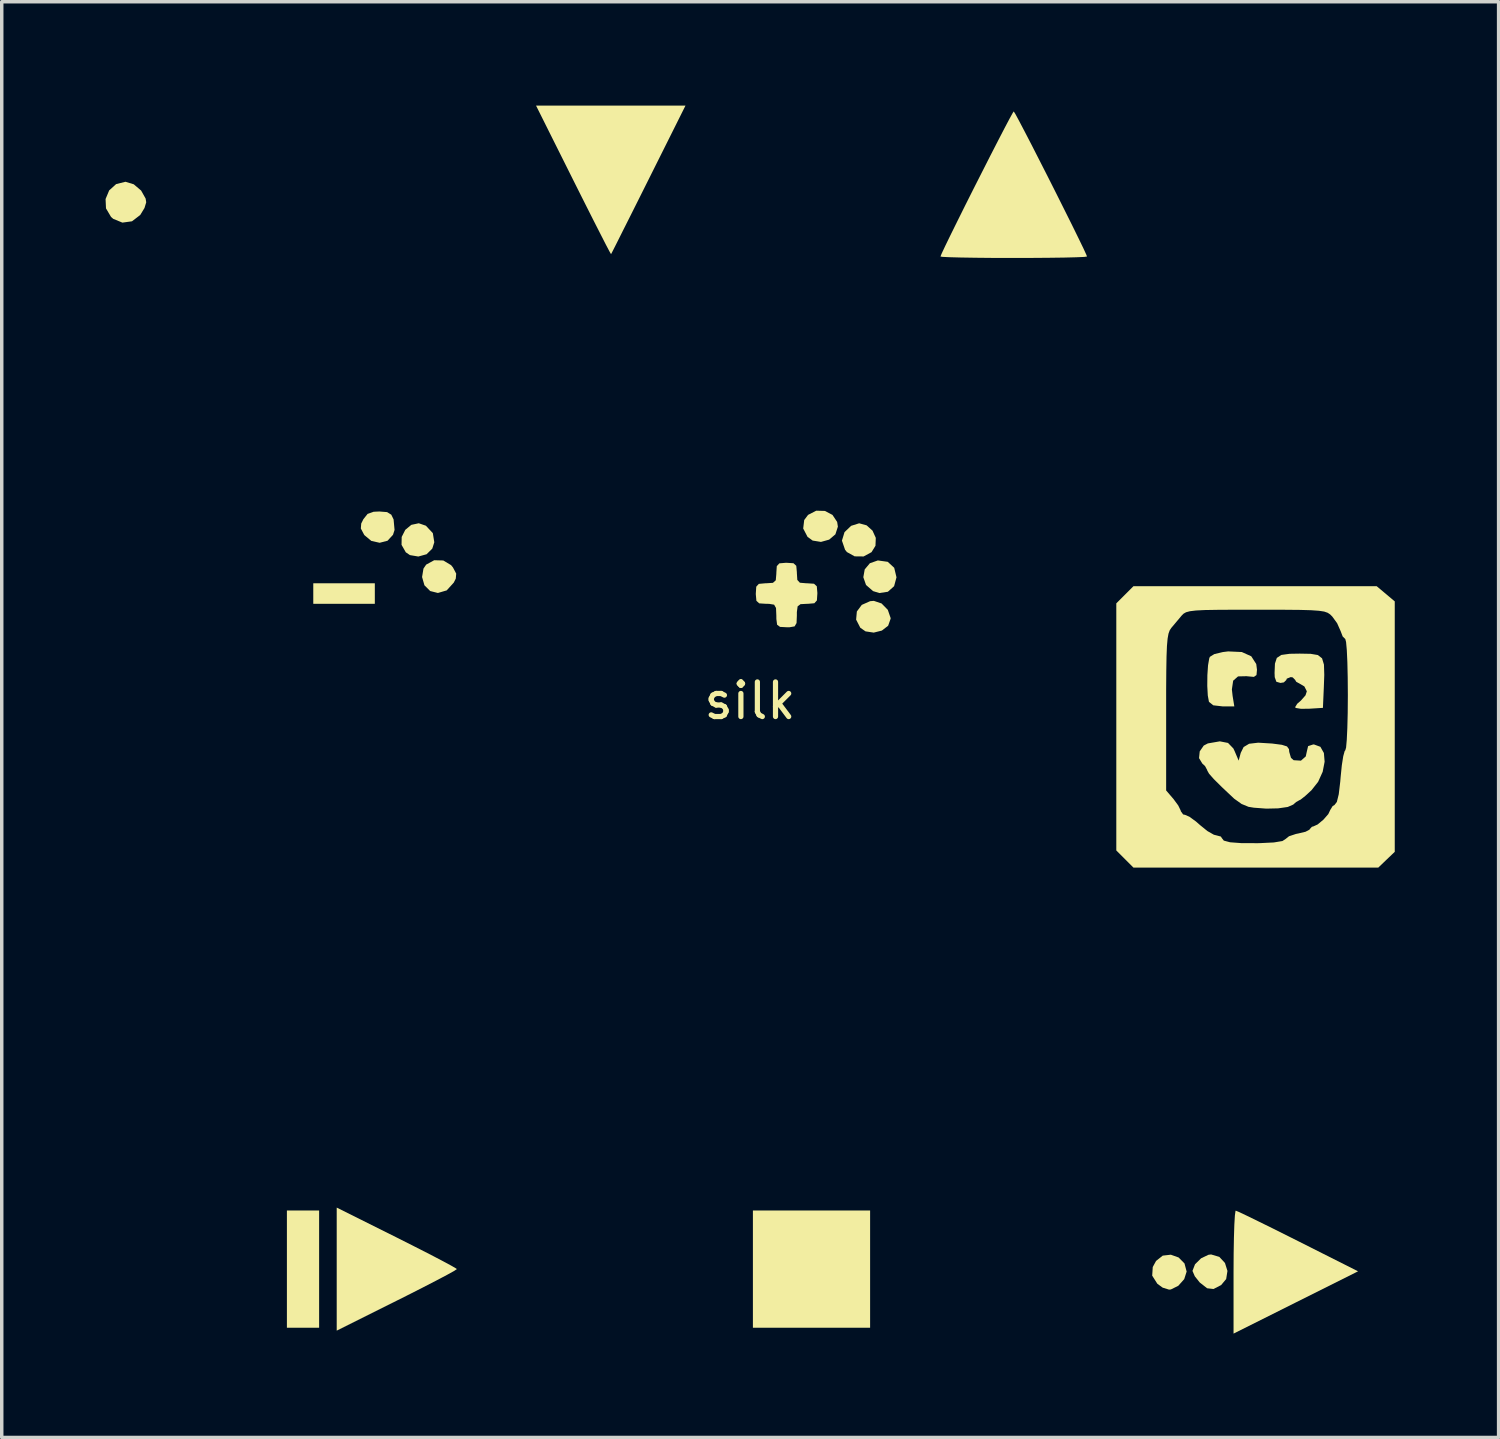
<source format=kicad_pcb>
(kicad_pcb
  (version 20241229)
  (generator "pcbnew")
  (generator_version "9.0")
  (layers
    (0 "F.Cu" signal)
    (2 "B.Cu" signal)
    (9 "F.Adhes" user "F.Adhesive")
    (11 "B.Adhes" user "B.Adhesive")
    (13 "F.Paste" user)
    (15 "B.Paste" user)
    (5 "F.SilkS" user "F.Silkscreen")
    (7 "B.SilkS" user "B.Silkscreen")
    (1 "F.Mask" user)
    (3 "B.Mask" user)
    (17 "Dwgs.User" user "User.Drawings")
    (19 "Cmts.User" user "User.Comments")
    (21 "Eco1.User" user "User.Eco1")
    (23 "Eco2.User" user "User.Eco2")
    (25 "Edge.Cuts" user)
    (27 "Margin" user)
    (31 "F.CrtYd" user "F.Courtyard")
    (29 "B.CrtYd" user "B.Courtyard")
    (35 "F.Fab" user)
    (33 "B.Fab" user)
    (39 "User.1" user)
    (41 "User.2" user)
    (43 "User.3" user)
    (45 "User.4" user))
  (footprint "silk"
    (layer "F.Cu")
    (at 18.615 17.695)
    (property "Reference" "silk" (at 0 -0.5 0) (unlocked yes) (layer "F.SilkS") (effects (font (size 1 1) (thickness 0.15))))
    (attr smd)
    (fp_poly (pts (xy -12.446 17.611) (xy -13.377 17.611) (xy -13.377 14.224) (xy -12.446 14.224)) (stroke (width 0) (type solid)) (fill yes) (layer "F.SilkS"))
    (fp_poly (pts (xy -10.837 -3.302) (xy -12.615 -3.302) (xy -12.615 -3.895) (xy -10.837 -3.895)) (stroke (width 0) (type solid)) (fill yes) (layer "F.SilkS"))
    (fp_poly (pts (xy 3.471 17.611) (xy 0.085 17.611) (xy 0.085 14.224) (xy 3.471 14.224)) (stroke (width 0) (type solid)) (fill yes) (layer "F.SilkS"))
    (fp_poly (pts (xy 3.98 -4.515) (xy 4.167 -4.343) (xy 4.233 -4.068) (xy 4.164 -3.811) (xy 3.984 -3.65) (xy 3.738 -3.613) (xy 3.556 -3.669) (xy 3.353 -3.846) (xy 3.275 -4.07) (xy 3.315 -4.296) (xy 3.464 -4.474) (xy 3.695 -4.555)) (stroke (width 0) (type solid)) (fill yes) (layer "F.SilkS"))
    (fp_poly (pts (xy -9.362 -5.558) (xy -9.161 -5.343) (xy -9.119 -5.08) (xy -9.177 -4.897) (xy -9.341 -4.734) (xy -9.58 -4.668) (xy -9.823 -4.709) (xy -9.942 -4.79) (xy -10.065 -5.005) (xy -10.061 -5.234) (xy -9.957 -5.439) (xy -9.783 -5.583) (xy -9.567 -5.629)) (stroke (width 0) (type solid)) (fill yes) (layer "F.SilkS"))
    (fp_poly (pts (xy 2.166 -5.985) (xy 2.384 -5.87) (xy 2.519 -5.667) (xy 2.54 -5.531) (xy 2.468 -5.309) (xy 2.288 -5.156) (xy 2.051 -5.09) (xy 1.811 -5.129) (xy 1.664 -5.235) (xy 1.538 -5.477) (xy 1.567 -5.722) (xy 1.679 -5.871) (xy 1.915 -5.992)) (stroke (width 0) (type solid)) (fill yes) (layer "F.SilkS"))
    (fp_poly (pts (xy 3.37 -5.569) (xy 3.54 -5.416) (xy 3.635 -5.207) (xy 3.626 -4.979) (xy 3.512 -4.794) (xy 3.284 -4.67) (xy 3.024 -4.673) (xy 2.801 -4.797) (xy 2.747 -4.864) (xy 2.657 -5.127) (xy 2.732 -5.373) (xy 2.923 -5.555) (xy 3.155 -5.628)) (stroke (width 0) (type solid)) (fill yes) (layer "F.SilkS"))
    (fp_poly (pts (xy -8.86 -4.554) (xy -8.634 -4.419) (xy -8.579 -4.351) (xy -8.486 -4.174) (xy -8.498 -4.03) (xy -8.556 -3.915) (xy -8.76 -3.69) (xy -9.015 -3.615) (xy -9.238 -3.671) (xy -9.404 -3.837) (xy -9.472 -4.076) (xy -9.432 -4.319) (xy -9.354 -4.434) (xy -9.122 -4.561)) (stroke (width 0) (type solid)) (fill yes) (layer "F.SilkS"))
    (fp_poly (pts (xy 3.802 -3.312) (xy 3.982 -3.128) (xy 4.063 -2.893) (xy 4.064 -2.873) (xy 3.992 -2.669) (xy 3.811 -2.529) (xy 3.575 -2.47) (xy 3.338 -2.506) (xy 3.188 -2.61) (xy 3.067 -2.845) (xy 3.088 -3.08) (xy 3.23 -3.271) (xy 3.471 -3.378) (xy 3.579 -3.387)) (stroke (width 0) (type solid)) (fill yes) (layer "F.SilkS"))
    (fp_poly (pts (xy 12.384 15.582) (xy 12.553 15.754) (xy 12.615 15.988) (xy 12.545 16.207) (xy 12.373 16.4) (xy 12.16 16.505) (xy 12.107 16.51) (xy 11.923 16.453) (xy 11.769 16.341) (xy 11.62 16.107) (xy 11.636 15.857) (xy 11.731 15.682) (xy 11.924 15.528) (xy 12.158 15.501)) (stroke (width 0) (type solid)) (fill yes) (layer "F.SilkS"))
    (fp_poly (pts (xy -10.202 15.006) (xy -9.707 15.256) (xy -9.267 15.48) (xy -8.903 15.67) (xy -8.637 15.813) (xy -8.489 15.899) (xy -8.467 15.917) (xy -8.539 15.966) (xy -8.742 16.079) (xy -9.054 16.244) (xy -9.455 16.451) (xy -9.922 16.688) (xy -10.202 16.828) (xy -11.938 17.695) (xy -11.938 14.14)) (stroke (width 0) (type solid)) (fill yes) (layer "F.SilkS"))
    (fp_poly (pts (xy -17.801 -15.421) (xy -17.588 -15.24) (xy -17.458 -15.009) (xy -17.441 -14.901) (xy -17.491 -14.736) (xy -17.612 -14.538) (xy -17.617 -14.532) (xy -17.852 -14.352) (xy -18.129 -14.314) (xy -18.394 -14.423) (xy -18.457 -14.478) (xy -18.603 -14.725) (xy -18.615 -14.996) (xy -18.511 -15.245) (xy -18.31 -15.427) (xy -18.04 -15.494)) (stroke (width 0) (type solid)) (fill yes) (layer "F.SilkS"))
    (fp_poly (pts (xy -10.482 -5.951) (xy -10.361 -5.876) (xy -10.295 -5.74) (xy -10.267 -5.436) (xy -10.312 -5.295) (xy -10.47 -5.124) (xy -10.697 -5.065) (xy -10.938 -5.119) (xy -11.136 -5.284) (xy -11.148 -5.301) (xy -11.241 -5.477) (xy -11.23 -5.621) (xy -11.168 -5.746) (xy -11.046 -5.899) (xy -10.872 -5.961) (xy -10.709 -5.969)) (stroke (width 0) (type solid)) (fill yes) (layer "F.SilkS"))
    (fp_poly (pts (xy 13.559 15.564) (xy 13.722 15.74) (xy 13.794 15.97) (xy 13.757 16.204) (xy 13.612 16.378) (xy 13.392 16.492) (xy 13.207 16.471) (xy 12.999 16.308) (xy 12.992 16.302) (xy 12.851 16.125) (xy 12.785 15.973) (xy 12.785 15.964) (xy 12.857 15.778) (xy 13.031 15.606) (xy 13.244 15.504) (xy 13.322 15.494)) (stroke (width 0) (type solid)) (fill yes) (layer "F.SilkS"))
    (fp_poly (pts (xy 14.124 14.266) (xy 14.344 14.37) (xy 14.67 14.529) (xy 15.081 14.731) (xy 15.555 14.968) (xy 15.832 15.107) (xy 17.567 15.981) (xy 15.768 16.881) (xy 13.97 17.781) (xy 13.97 16.002) (xy 13.973 15.475) (xy 13.981 15.01) (xy 13.993 14.632) (xy 14.009 14.366) (xy 14.027 14.237) (xy 14.034 14.229)) (stroke (width 0) (type solid)) (fill yes) (layer "F.SilkS"))
    (fp_poly (pts (xy -2.93 -15.557) (xy -3.206 -15.005) (xy -3.457 -14.504) (xy -3.673 -14.075) (xy -3.843 -13.735) (xy -3.959 -13.506) (xy -4.011 -13.406) (xy -4.013 -13.403) (xy -4.053 -13.471) (xy -4.159 -13.672) (xy -4.32 -13.987) (xy -4.529 -14.397) (xy -4.774 -14.883) (xy -5.047 -15.427) (xy -5.104 -15.541) (xy -6.18 -17.695) (xy -1.862 -17.695)) (stroke (width 0) (type solid)) (fill yes) (layer "F.SilkS"))
    (fp_poly (pts (xy 14.209 -1.909) (xy 14.482 -1.786) (xy 14.626 -1.562) (xy 14.647 -1.397) (xy 14.633 -1.244) (xy 14.558 -1.191) (xy 14.371 -1.208) (xy 14.351 -1.211) (xy 14.1 -1.205) (xy 13.959 -1.081) (xy 13.922 -0.83) (xy 13.942 -0.647) (xy 13.992 -0.339) (xy 13.651 -0.339) (xy 13.384 -0.37) (xy 13.261 -0.469) (xy 13.259 -0.473) (xy 13.226 -0.653) (xy 13.211 -0.929) (xy 13.214 -1.239) (xy 13.233 -1.525) (xy 13.268 -1.726) (xy 13.286 -1.77) (xy 13.414 -1.849) (xy 13.66 -1.908) (xy 13.814 -1.927)) (stroke (width 0) (type solid)) (fill yes) (layer "F.SilkS"))
    (fp_poly (pts (xy 16.198 -1.857) (xy 16.406 -1.822) (xy 16.527 -1.727) (xy 16.582 -1.545) (xy 16.591 -1.247) (xy 16.578 -0.887) (xy 16.552 -0.296) (xy 16.15 -0.271) (xy 15.916 -0.269) (xy 15.771 -0.293) (xy 15.748 -0.315) (xy 15.809 -0.414) (xy 15.917 -0.508) (xy 16.049 -0.658) (xy 16.087 -0.775) (xy 16.016 -0.915) (xy 15.917 -0.974) (xy 15.781 -1.05) (xy 15.748 -1.106) (xy 15.679 -1.176) (xy 15.621 -1.185) (xy 15.508 -1.14) (xy 15.494 -1.101) (xy 15.423 -1.032) (xy 15.325 -1.016) (xy 15.207 -1.05) (xy 15.16 -1.182) (xy 15.155 -1.305) (xy 15.166 -1.575) (xy 15.22 -1.739) (xy 15.351 -1.825) (xy 15.591 -1.858) (xy 15.882 -1.863)) (stroke (width 0) (type solid)) (fill yes) (layer "F.SilkS"))
    (fp_poly (pts (xy 7.666 -17.454) (xy 7.774 -17.254) (xy 7.934 -16.949) (xy 8.134 -16.563) (xy 8.36 -16.12) (xy 8.603 -15.643) (xy 8.849 -15.155) (xy 9.086 -14.681) (xy 9.304 -14.244) (xy 9.489 -13.867) (xy 9.631 -13.574) (xy 9.716 -13.389) (xy 9.737 -13.335) (xy 9.656 -13.323) (xy 9.428 -13.313) (xy 9.077 -13.304) (xy 8.624 -13.298) (xy 8.092 -13.294) (xy 7.62 -13.293) (xy 7.041 -13.294) (xy 6.523 -13.299) (xy 6.088 -13.306) (xy 5.758 -13.315) (xy 5.557 -13.325) (xy 5.503 -13.335) (xy 5.54 -13.425) (xy 5.641 -13.64) (xy 5.795 -13.957) (xy 5.99 -14.352) (xy 6.213 -14.801) (xy 6.454 -15.281) (xy 6.701 -15.768) (xy 6.94 -16.239) (xy 7.161 -16.669) (xy 7.351 -17.036) (xy 7.499 -17.316) (xy 7.593 -17.486) (xy 7.62 -17.526)) (stroke (width 0) (type solid)) (fill yes) (layer "F.SilkS"))
    (fp_poly (pts (xy 1.257 -4.474) (xy 1.338 -4.4) (xy 1.355 -4.214) (xy 1.355 -4.191) (xy 1.368 -3.992) (xy 1.442 -3.911) (xy 1.628 -3.895) (xy 1.651 -3.895) (xy 1.85 -3.882) (xy 1.931 -3.808) (xy 1.947 -3.621) (xy 1.947 -3.598) (xy 1.934 -3.4) (xy 1.86 -3.318) (xy 1.674 -3.302) (xy 1.651 -3.302) (xy 1.461 -3.292) (xy 1.377 -3.228) (xy 1.355 -3.063) (xy 1.355 -2.963) (xy 1.346 -2.746) (xy 1.29 -2.65) (xy 1.146 -2.625) (xy 1.058 -2.625) (xy 0.869 -2.635) (xy 0.784 -2.698) (xy 0.763 -2.863) (xy 0.762 -2.963) (xy 0.753 -3.18) (xy 0.698 -3.277) (xy 0.553 -3.301) (xy 0.466 -3.302) (xy 0.267 -3.315) (xy 0.186 -3.389) (xy 0.169 -3.576) (xy 0.169 -3.598) (xy 0.182 -3.797) (xy 0.256 -3.878) (xy 0.443 -3.895) (xy 0.466 -3.895) (xy 0.664 -3.908) (xy 0.746 -3.982) (xy 0.762 -4.168) (xy 0.762 -4.191) (xy 0.775 -4.39) (xy 0.849 -4.471) (xy 1.036 -4.487) (xy 1.058 -4.487)) (stroke (width 0) (type solid)) (fill yes) (layer "F.SilkS"))
    (fp_poly (pts (xy 13.81 0.717) (xy 13.965 0.877) (xy 14.001 0.953) (xy 14.118 1.228) (xy 14.178 1.003) (xy 14.261 0.836) (xy 14.42 0.741) (xy 14.682 0.71) (xy 15.078 0.734) (xy 15.089 0.735) (xy 15.366 0.771) (xy 15.514 0.818) (xy 15.571 0.896) (xy 15.579 0.977) (xy 15.629 1.147) (xy 15.706 1.216) (xy 15.917 1.229) (xy 16.056 1.107) (xy 16.087 0.965) (xy 16.124 0.809) (xy 16.268 0.762) (xy 16.297 0.762) (xy 16.479 0.829) (xy 16.58 1.008) (xy 16.601 1.26) (xy 16.545 1.55) (xy 16.413 1.841) (xy 16.222 2.083) (xy 16.04 2.25) (xy 15.908 2.354) (xy 15.873 2.371) (xy 15.778 2.424) (xy 15.694 2.498) (xy 15.535 2.567) (xy 15.259 2.607) (xy 14.917 2.615) (xy 14.558 2.588) (xy 14.403 2.563) (xy 14.202 2.48) (xy 13.99 2.329) (xy 13.98 2.32) (xy 13.632 1.992) (xy 13.397 1.759) (xy 13.262 1.605) (xy 13.21 1.513) (xy 13.208 1.5) (xy 13.147 1.386) (xy 13.069 1.314) (xy 12.973 1.156) (xy 12.993 0.961) (xy 13.109 0.793) (xy 13.228 0.731) (xy 13.574 0.671)) (stroke (width 0) (type solid)) (fill yes) (layer "F.SilkS"))
    (fp_poly (pts (xy 18.627 -3.372) (xy 18.627 3.863) (xy 18.389 4.09) (xy 18.152 4.318) (xy 11.078 4.318) (xy 10.831 4.071) (xy 10.583 3.823) (xy 10.583 2.09) (xy 12.023 2.09) (xy 12.234 2.336) (xy 12.372 2.523) (xy 12.443 2.669) (xy 12.446 2.688) (xy 12.514 2.783) (xy 12.567 2.794) (xy 12.695 2.849) (xy 12.886 2.988) (xy 13.002 3.09) (xy 13.214 3.262) (xy 13.402 3.369) (xy 13.474 3.387) (xy 13.605 3.422) (xy 13.631 3.465) (xy 13.689 3.539) (xy 13.87 3.587) (xy 14.19 3.611) (xy 14.662 3.613) (xy 14.725 3.612) (xy 15.134 3.592) (xy 15.382 3.551) (xy 15.473 3.492) (xy 15.572 3.413) (xy 15.774 3.346) (xy 15.84 3.333) (xy 16.049 3.283) (xy 16.164 3.223) (xy 16.171 3.207) (xy 16.237 3.136) (xy 16.265 3.133) (xy 16.398 3.073) (xy 16.566 2.934) (xy 16.707 2.773) (xy 16.763 2.655) (xy 16.832 2.542) (xy 16.884 2.512) (xy 16.954 2.422) (xy 17.009 2.2) (xy 17.053 1.831) (xy 17.064 1.699) (xy 17.098 1.362) (xy 17.139 1.101) (xy 17.18 0.952) (xy 17.198 0.931) (xy 17.221 0.851) (xy 17.241 0.627) (xy 17.257 0.286) (xy 17.268 -0.146) (xy 17.272 -0.643) (xy 17.272 -0.677) (xy 17.268 -1.179) (xy 17.258 -1.616) (xy 17.242 -1.964) (xy 17.221 -2.196) (xy 17.198 -2.286) (xy 17.197 -2.286) (xy 17.123 -2.358) (xy 17.064 -2.512) (xy 16.962 -2.742) (xy 16.822 -2.934) (xy 16.76 -2.996) (xy 16.689 -3.043) (xy 16.588 -3.078) (xy 16.435 -3.101) (xy 16.208 -3.117) (xy 15.886 -3.126) (xy 15.445 -3.13) (xy 14.865 -3.131) (xy 14.625 -3.131) (xy 13.99 -3.131) (xy 13.502 -3.128) (xy 13.141 -3.122) (xy 12.884 -3.109) (xy 12.71 -3.088) (xy 12.598 -3.058) (xy 12.526 -3.017) (xy 12.472 -2.963) (xy 12.466 -2.956) (xy 12.289 -2.745) (xy 12.171 -2.605) (xy 12.126 -2.537) (xy 12.091 -2.441) (xy 12.065 -2.296) (xy 12.046 -2.082) (xy 12.034 -1.778) (xy 12.027 -1.364) (xy 12.023 -0.82) (xy 12.023 -0.17) (xy 12.023 2.09) (xy 10.583 2.09) (xy 10.583 -3.315) (xy 11.078 -3.81) (xy 18.106 -3.81)) (stroke (width 0) (type solid)) (fill yes) (layer "F.SilkS")))
  (gr_rect
    (start -3 -3)
    (end 40.242 38.476)
    (stroke (width 0.1) (type default))
    (fill no)
    (layer "Edge.Cuts")))
</source>
